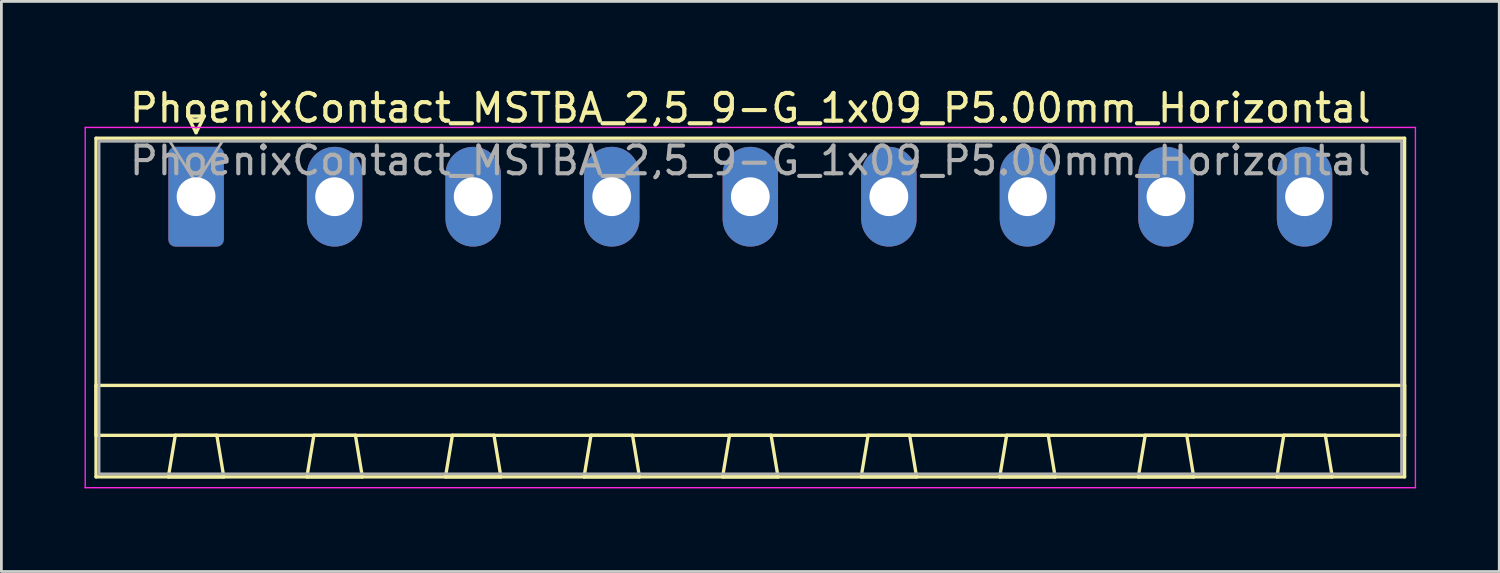
<source format=kicad_pcb>
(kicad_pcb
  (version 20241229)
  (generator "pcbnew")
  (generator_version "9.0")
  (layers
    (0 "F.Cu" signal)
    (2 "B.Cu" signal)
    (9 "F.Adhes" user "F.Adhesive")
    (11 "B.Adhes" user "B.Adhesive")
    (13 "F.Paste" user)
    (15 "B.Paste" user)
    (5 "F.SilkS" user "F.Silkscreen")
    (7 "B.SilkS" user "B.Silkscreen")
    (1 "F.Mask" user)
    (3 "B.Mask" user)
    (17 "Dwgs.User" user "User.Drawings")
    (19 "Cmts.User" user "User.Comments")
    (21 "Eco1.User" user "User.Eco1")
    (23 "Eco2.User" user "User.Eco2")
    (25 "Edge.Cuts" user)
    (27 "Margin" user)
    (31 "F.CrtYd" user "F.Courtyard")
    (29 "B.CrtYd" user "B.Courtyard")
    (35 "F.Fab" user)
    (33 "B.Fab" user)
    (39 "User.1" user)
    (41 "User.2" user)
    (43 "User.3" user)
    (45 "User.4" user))
  (footprint "PhoenixContact_MSTBA_2,5_9-G_1x09_P5.00mm_Horizontal"
    (layer "F.Cu")
    (at 4.025 4.048)
    (property "Reference" "PhoenixContact_MSTBA_2,5_9-G_1x09_P5.00mm_Horizontal" (at 20 -3.2 0) (layer "F.SilkS") (effects (font (size 1 1) (thickness 0.15))))
    (attr through_hole)
    (fp_line (start -3.61 -2.11) (end -3.61 10.11) (stroke (width 0.12) (type solid)) (layer "F.SilkS"))
    (fp_line (start -3.61 6.81) (end 43.61 6.81) (stroke (width 0.12) (type solid)) (layer "F.SilkS"))
    (fp_line (start -3.61 8.61) (end -3.61 6.81) (stroke (width 0.12) (type solid)) (layer "F.SilkS"))
    (fp_line (start -3.61 10.11) (end 43.61 10.11) (stroke (width 0.12) (type solid)) (layer "F.SilkS"))
    (fp_line (start -1 10.11) (end 1 10.11) (stroke (width 0.12) (type solid)) (layer "F.SilkS"))
    (fp_line (start -0.75 8.61) (end -1 10.11) (stroke (width 0.12) (type solid)) (layer "F.SilkS"))
    (fp_line (start -0.3 -2.91) (end 0.3 -2.91) (stroke (width 0.12) (type solid)) (layer "F.SilkS"))
    (fp_line (start 0 -2.31) (end -0.3 -2.91) (stroke (width 0.12) (type solid)) (layer "F.SilkS"))
    (fp_line (start 0.3 -2.91) (end 0 -2.31) (stroke (width 0.12) (type solid)) (layer "F.SilkS"))
    (fp_line (start 0.75 8.61) (end -0.75 8.61) (stroke (width 0.12) (type solid)) (layer "F.SilkS"))
    (fp_line (start 1 10.11) (end 0.75 8.61) (stroke (width 0.12) (type solid)) (layer "F.SilkS"))
    (fp_line (start 4 10.11) (end 6 10.11) (stroke (width 0.12) (type solid)) (layer "F.SilkS"))
    (fp_line (start 4.25 8.61) (end 4 10.11) (stroke (width 0.12) (type solid)) (layer "F.SilkS"))
    (fp_line (start 5.75 8.61) (end 4.25 8.61) (stroke (width 0.12) (type solid)) (layer "F.SilkS"))
    (fp_line (start 6 10.11) (end 5.75 8.61) (stroke (width 0.12) (type solid)) (layer "F.SilkS"))
    (fp_line (start 9 10.11) (end 11 10.11) (stroke (width 0.12) (type solid)) (layer "F.SilkS"))
    (fp_line (start 9.25 8.61) (end 9 10.11) (stroke (width 0.12) (type solid)) (layer "F.SilkS"))
    (fp_line (start 10.75 8.61) (end 9.25 8.61) (stroke (width 0.12) (type solid)) (layer "F.SilkS"))
    (fp_line (start 11 10.11) (end 10.75 8.61) (stroke (width 0.12) (type solid)) (layer "F.SilkS"))
    (fp_line (start 14 10.11) (end 16 10.11) (stroke (width 0.12) (type solid)) (layer "F.SilkS"))
    (fp_line (start 14.25 8.61) (end 14 10.11) (stroke (width 0.12) (type solid)) (layer "F.SilkS"))
    (fp_line (start 15.75 8.61) (end 14.25 8.61) (stroke (width 0.12) (type solid)) (layer "F.SilkS"))
    (fp_line (start 16 10.11) (end 15.75 8.61) (stroke (width 0.12) (type solid)) (layer "F.SilkS"))
    (fp_line (start 19 10.11) (end 21 10.11) (stroke (width 0.12) (type solid)) (layer "F.SilkS"))
    (fp_line (start 19.25 8.61) (end 19 10.11) (stroke (width 0.12) (type solid)) (layer "F.SilkS"))
    (fp_line (start 20.75 8.61) (end 19.25 8.61) (stroke (width 0.12) (type solid)) (layer "F.SilkS"))
    (fp_line (start 21 10.11) (end 20.75 8.61) (stroke (width 0.12) (type solid)) (layer "F.SilkS"))
    (fp_line (start 24 10.11) (end 26 10.11) (stroke (width 0.12) (type solid)) (layer "F.SilkS"))
    (fp_line (start 24.25 8.61) (end 24 10.11) (stroke (width 0.12) (type solid)) (layer "F.SilkS"))
    (fp_line (start 25.75 8.61) (end 24.25 8.61) (stroke (width 0.12) (type solid)) (layer "F.SilkS"))
    (fp_line (start 26 10.11) (end 25.75 8.61) (stroke (width 0.12) (type solid)) (layer "F.SilkS"))
    (fp_line (start 29 10.11) (end 31 10.11) (stroke (width 0.12) (type solid)) (layer "F.SilkS"))
    (fp_line (start 29.25 8.61) (end 29 10.11) (stroke (width 0.12) (type solid)) (layer "F.SilkS"))
    (fp_line (start 30.75 8.61) (end 29.25 8.61) (stroke (width 0.12) (type solid)) (layer "F.SilkS"))
    (fp_line (start 31 10.11) (end 30.75 8.61) (stroke (width 0.12) (type solid)) (layer "F.SilkS"))
    (fp_line (start 34 10.11) (end 36 10.11) (stroke (width 0.12) (type solid)) (layer "F.SilkS"))
    (fp_line (start 34.25 8.61) (end 34 10.11) (stroke (width 0.12) (type solid)) (layer "F.SilkS"))
    (fp_line (start 35.75 8.61) (end 34.25 8.61) (stroke (width 0.12) (type solid)) (layer "F.SilkS"))
    (fp_line (start 36 10.11) (end 35.75 8.61) (stroke (width 0.12) (type solid)) (layer "F.SilkS"))
    (fp_line (start 39 10.11) (end 41 10.11) (stroke (width 0.12) (type solid)) (layer "F.SilkS"))
    (fp_line (start 39.25 8.61) (end 39 10.11) (stroke (width 0.12) (type solid)) (layer "F.SilkS"))
    (fp_line (start 40.75 8.61) (end 39.25 8.61) (stroke (width 0.12) (type solid)) (layer "F.SilkS"))
    (fp_line (start 41 10.11) (end 40.75 8.61) (stroke (width 0.12) (type solid)) (layer "F.SilkS"))
    (fp_line (start 43.61 -2.11) (end -3.61 -2.11) (stroke (width 0.12) (type solid)) (layer "F.SilkS"))
    (fp_line (start 43.61 6.81) (end 43.61 8.61) (stroke (width 0.12) (type solid)) (layer "F.SilkS"))
    (fp_line (start 43.61 8.61) (end -3.61 8.61) (stroke (width 0.12) (type solid)) (layer "F.SilkS"))
    (fp_line (start 43.61 10.11) (end 43.61 -2.11) (stroke (width 0.12) (type solid)) (layer "F.SilkS"))
    (fp_line (start -4 -2.5) (end -4 10.5) (stroke (width 0.05) (type solid)) (layer "F.CrtYd"))
    (fp_line (start -4 10.5) (end 44 10.5) (stroke (width 0.05) (type solid)) (layer "F.CrtYd"))
    (fp_line (start 44 -2.5) (end -4 -2.5) (stroke (width 0.05) (type solid)) (layer "F.CrtYd"))
    (fp_line (start 44 10.5) (end 44 -2.5) (stroke (width 0.05) (type solid)) (layer "F.CrtYd"))
    (fp_line (start -3.5 -2) (end -3.5 10) (stroke (width 0.1) (type solid)) (layer "F.Fab"))
    (fp_line (start -3.5 10) (end 43.5 10) (stroke (width 0.1) (type solid)) (layer "F.Fab"))
    (fp_line (start 0 -0.5) (end -0.95 -2) (stroke (width 0.1) (type solid)) (layer "F.Fab"))
    (fp_line (start 0.95 -2) (end 0 -0.5) (stroke (width 0.1) (type solid)) (layer "F.Fab"))
    (fp_line (start 43.5 -2) (end -3.5 -2) (stroke (width 0.1) (type solid)) (layer "F.Fab"))
    (fp_line (start 43.5 10) (end 43.5 -2) (stroke (width 0.1) (type solid)) (layer "F.Fab"))
    (fp_text user "${REFERENCE}" (at 20 -1.3 0) (layer "F.Fab") (effects (font (size 1 1) (thickness 0.15))))
    (pad "1" thru_hole roundrect (at 0 0) (size 2 3.6) (drill 1.4) (layers "*.Cu" "*.Mask") (roundrect_rratio 0.125))
    (pad "2" thru_hole oval (at 5 0) (size 2 3.6) (drill 1.4) (layers "*.Cu" "*.Mask"))
    (pad "3" thru_hole oval (at 10 0) (size 2 3.6) (drill 1.4) (layers "*.Cu" "*.Mask"))
    (pad "4" thru_hole oval (at 15 0) (size 2 3.6) (drill 1.4) (layers "*.Cu" "*.Mask"))
    (pad "5" thru_hole oval (at 20 0) (size 2 3.6) (drill 1.4) (layers "*.Cu" "*.Mask"))
    (pad "6" thru_hole oval (at 25 0) (size 2 3.6) (drill 1.4) (layers "*.Cu" "*.Mask"))
    (pad "7" thru_hole oval (at 30 0) (size 2 3.6) (drill 1.4) (layers "*.Cu" "*.Mask"))
    (pad "8" thru_hole oval (at 35 0) (size 2 3.6) (drill 1.4) (layers "*.Cu" "*.Mask"))
    (pad "9" thru_hole oval (at 40 0) (size 2 3.6) (drill 1.4) (layers "*.Cu" "*.Mask")))
  (gr_rect
    (start -3 -3)
    (end 51.05 17.573)
    (stroke (width 0.1) (type default))
    (fill no)
    (layer "Edge.Cuts")))
</source>
